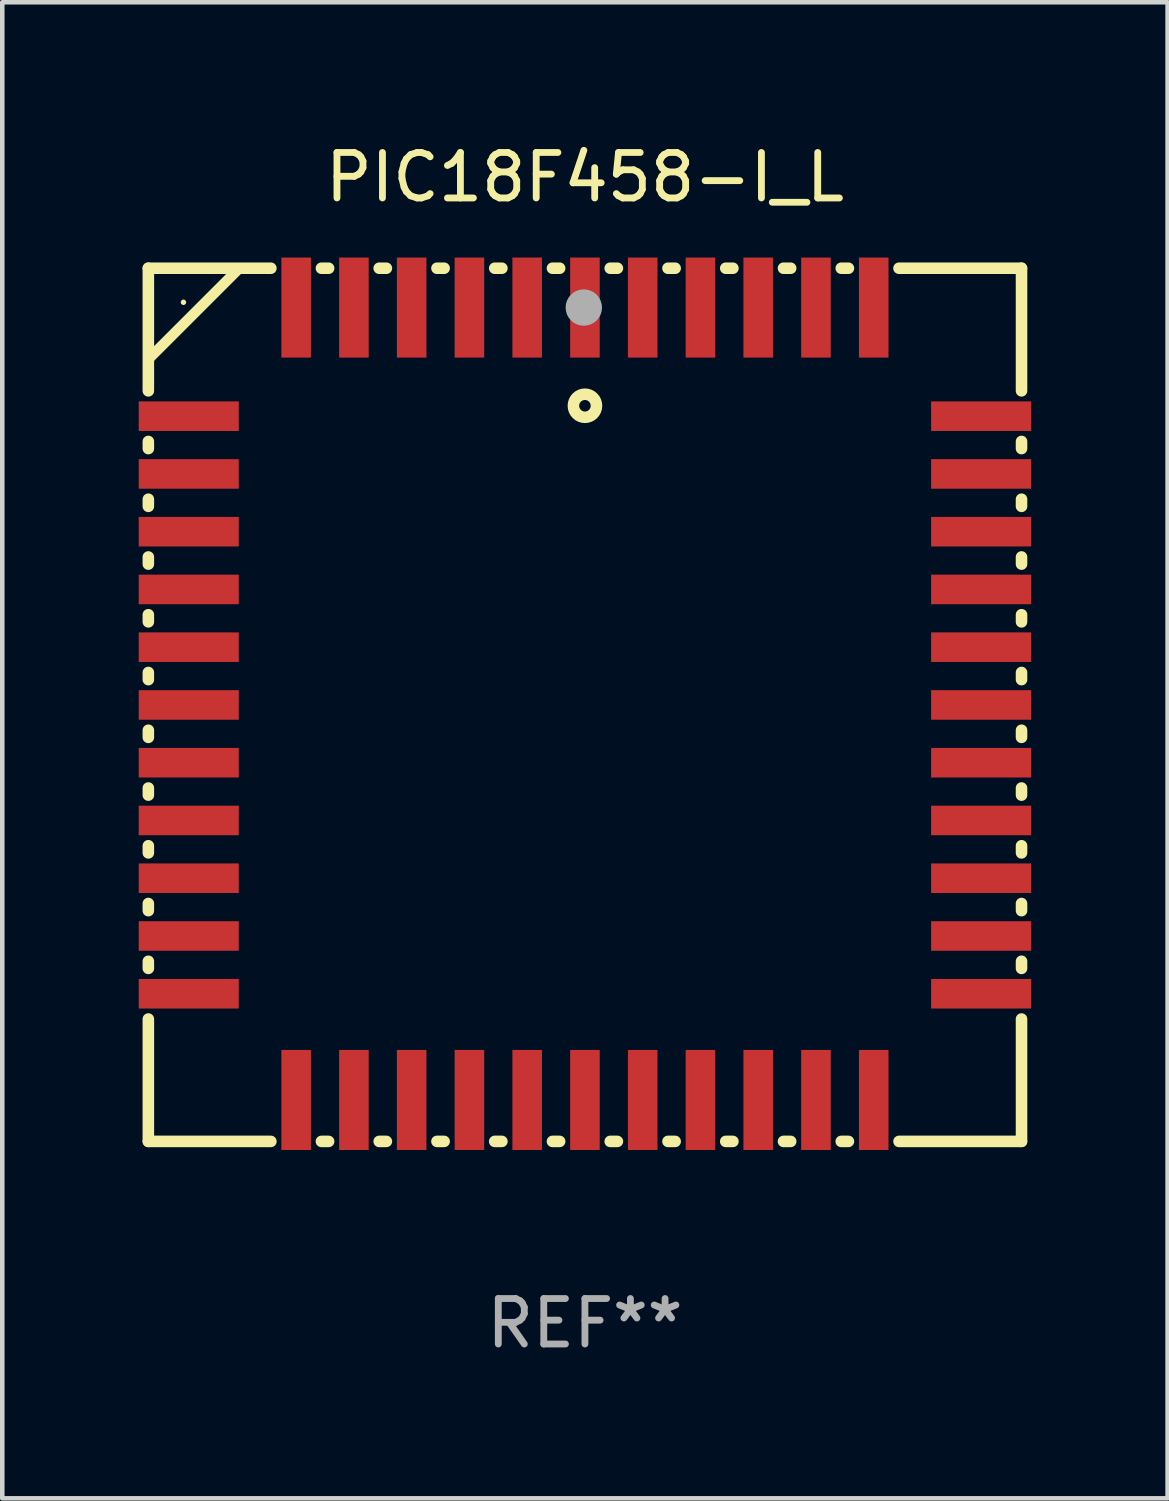
<source format=kicad_pcb>
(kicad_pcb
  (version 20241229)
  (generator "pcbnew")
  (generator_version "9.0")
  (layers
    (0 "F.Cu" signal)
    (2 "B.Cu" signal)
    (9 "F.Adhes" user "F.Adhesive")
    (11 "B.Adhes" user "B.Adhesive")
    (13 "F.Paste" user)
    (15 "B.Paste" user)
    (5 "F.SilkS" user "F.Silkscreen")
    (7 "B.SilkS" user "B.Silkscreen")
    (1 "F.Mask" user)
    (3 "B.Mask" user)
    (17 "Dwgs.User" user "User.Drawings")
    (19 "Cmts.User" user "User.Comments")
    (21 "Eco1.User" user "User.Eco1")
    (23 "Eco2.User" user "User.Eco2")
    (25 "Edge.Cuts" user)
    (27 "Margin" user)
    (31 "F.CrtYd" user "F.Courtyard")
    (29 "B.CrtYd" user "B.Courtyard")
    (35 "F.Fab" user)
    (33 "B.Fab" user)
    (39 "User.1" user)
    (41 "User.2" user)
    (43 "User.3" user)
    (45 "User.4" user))
  (footprint "PIC18F458-I_L"
    (layer "F.Cu")
    (at 9.812 12.448)
    (property "Reference" "PIC18F458-I_L" (at 0 -11.6 0) (layer "F.SilkS") (effects (font (size 1 1) (thickness 0.15))))
    (attr through_hole)
    (fp_line (start -9.6 -9.6) (end -6.906 -9.6) (stroke (width 0.254) (type solid)) (layer "F.SilkS"))
    (fp_line (start -9.6 -6.904) (end -9.6 -9.6) (stroke (width 0.254) (type solid)) (layer "F.SilkS"))
    (fp_line (start -9.6 -5.634) (end -9.6 -5.791) (stroke (width 0.254) (type solid)) (layer "F.SilkS"))
    (fp_line (start -9.6 -4.364) (end -9.6 -4.521) (stroke (width 0.254) (type solid)) (layer "F.SilkS"))
    (fp_line (start -9.6 -3.094) (end -9.6 -3.251) (stroke (width 0.254) (type solid)) (layer "F.SilkS"))
    (fp_line (start -9.6 -1.824) (end -9.6 -1.981) (stroke (width 0.254) (type solid)) (layer "F.SilkS"))
    (fp_line (start -9.6 -0.554) (end -9.6 -0.711) (stroke (width 0.254) (type solid)) (layer "F.SilkS"))
    (fp_line (start -9.6 0.716) (end -9.6 0.559) (stroke (width 0.254) (type solid)) (layer "F.SilkS"))
    (fp_line (start -9.6 1.986) (end -9.6 1.829) (stroke (width 0.254) (type solid)) (layer "F.SilkS"))
    (fp_line (start -9.6 3.256) (end -9.6 3.099) (stroke (width 0.254) (type solid)) (layer "F.SilkS"))
    (fp_line (start -9.6 4.526) (end -9.6 4.369) (stroke (width 0.254) (type solid)) (layer "F.SilkS"))
    (fp_line (start -9.6 5.796) (end -9.6 5.639) (stroke (width 0.254) (type solid)) (layer "F.SilkS"))
    (fp_line (start -9.6 9.6) (end -9.6 6.909) (stroke (width 0.254) (type solid)) (layer "F.SilkS"))
    (fp_line (start -7.6 -9.6) (end -9.6 -7.6) (stroke (width 0.229) (type solid)) (layer "F.SilkS"))
    (fp_line (start -6.906 9.6) (end -9.6 9.6) (stroke (width 0.254) (type solid)) (layer "F.SilkS"))
    (fp_line (start -5.794 -9.6) (end -5.636 -9.6) (stroke (width 0.254) (type solid)) (layer "F.SilkS"))
    (fp_line (start -5.636 9.6) (end -5.794 9.6) (stroke (width 0.254) (type solid)) (layer "F.SilkS"))
    (fp_line (start -4.524 -9.6) (end -4.366 -9.6) (stroke (width 0.254) (type solid)) (layer "F.SilkS"))
    (fp_line (start -4.366 9.6) (end -4.524 9.6) (stroke (width 0.254) (type solid)) (layer "F.SilkS"))
    (fp_line (start -3.254 -9.6) (end -3.096 -9.6) (stroke (width 0.254) (type solid)) (layer "F.SilkS"))
    (fp_line (start -3.096 9.6) (end -3.254 9.6) (stroke (width 0.254) (type solid)) (layer "F.SilkS"))
    (fp_line (start -1.984 -9.6) (end -1.826 -9.6) (stroke (width 0.254) (type solid)) (layer "F.SilkS"))
    (fp_line (start -1.826 9.6) (end -1.984 9.6) (stroke (width 0.254) (type solid)) (layer "F.SilkS"))
    (fp_line (start -0.714 -9.6) (end -0.556 -9.6) (stroke (width 0.254) (type solid)) (layer "F.SilkS"))
    (fp_line (start -0.556 9.6) (end -0.714 9.6) (stroke (width 0.254) (type solid)) (layer "F.SilkS"))
    (fp_line (start 0.556 -9.6) (end 0.714 -9.6) (stroke (width 0.254) (type solid)) (layer "F.SilkS"))
    (fp_line (start 0.714 9.6) (end 0.556 9.6) (stroke (width 0.254) (type solid)) (layer "F.SilkS"))
    (fp_line (start 1.826 -9.6) (end 1.984 -9.6) (stroke (width 0.254) (type solid)) (layer "F.SilkS"))
    (fp_line (start 1.984 9.6) (end 1.826 9.6) (stroke (width 0.254) (type solid)) (layer "F.SilkS"))
    (fp_line (start 3.096 -9.6) (end 3.254 -9.6) (stroke (width 0.254) (type solid)) (layer "F.SilkS"))
    (fp_line (start 3.254 9.6) (end 3.096 9.6) (stroke (width 0.254) (type solid)) (layer "F.SilkS"))
    (fp_line (start 4.366 -9.6) (end 4.524 -9.6) (stroke (width 0.254) (type solid)) (layer "F.SilkS"))
    (fp_line (start 4.524 9.6) (end 4.366 9.6) (stroke (width 0.254) (type solid)) (layer "F.SilkS"))
    (fp_line (start 5.636 -9.6) (end 5.794 -9.6) (stroke (width 0.254) (type solid)) (layer "F.SilkS"))
    (fp_line (start 5.794 9.6) (end 5.636 9.6) (stroke (width 0.254) (type solid)) (layer "F.SilkS"))
    (fp_line (start 6.906 -9.6) (end 9.6 -9.6) (stroke (width 0.254) (type solid)) (layer "F.SilkS"))
    (fp_line (start 9.6 -6.904) (end 9.6 -9.6) (stroke (width 0.254) (type solid)) (layer "F.SilkS"))
    (fp_line (start 9.6 -5.634) (end 9.6 -5.791) (stroke (width 0.254) (type solid)) (layer "F.SilkS"))
    (fp_line (start 9.6 -4.364) (end 9.6 -4.521) (stroke (width 0.254) (type solid)) (layer "F.SilkS"))
    (fp_line (start 9.6 -3.094) (end 9.6 -3.251) (stroke (width 0.254) (type solid)) (layer "F.SilkS"))
    (fp_line (start 9.6 -1.824) (end 9.6 -1.981) (stroke (width 0.254) (type solid)) (layer "F.SilkS"))
    (fp_line (start 9.6 -0.554) (end 9.6 -0.711) (stroke (width 0.254) (type solid)) (layer "F.SilkS"))
    (fp_line (start 9.6 0.716) (end 9.6 0.559) (stroke (width 0.254) (type solid)) (layer "F.SilkS"))
    (fp_line (start 9.6 1.986) (end 9.6 1.829) (stroke (width 0.254) (type solid)) (layer "F.SilkS"))
    (fp_line (start 9.6 3.256) (end 9.6 3.099) (stroke (width 0.254) (type solid)) (layer "F.SilkS"))
    (fp_line (start 9.6 4.526) (end 9.6 4.369) (stroke (width 0.254) (type solid)) (layer "F.SilkS"))
    (fp_line (start 9.6 5.796) (end 9.6 5.639) (stroke (width 0.254) (type solid)) (layer "F.SilkS"))
    (fp_line (start 9.6 9.6) (end 6.906 9.6) (stroke (width 0.254) (type solid)) (layer "F.SilkS"))
    (fp_line (start 9.6 9.6) (end 9.6 6.909) (stroke (width 0.254) (type solid)) (layer "F.SilkS"))
    (fp_line (start 9.6 9.6) (end 9.6 8.352) (stroke (width 0.229) (type solid)) (layer "F.SilkS"))
    (fp_circle (center -8.828 -8.851) (end -8.798 -8.851) (stroke (width 0.06) (type solid)) (fill no) (layer "F.SilkS"))
    (fp_circle (center 0 -6.576) (end 0.254 -6.576) (stroke (width 0.254) (type solid)) (fill no) (layer "F.SilkS"))
    (fp_circle (center -0.025 -8.735) (end 0.175 -8.735) (stroke (width 0.4) (type solid)) (fill no) (layer "F.Fab"))
    (fp_text user "REF**" (at 0 13.6 0) (layer "F.Fab") (effects (font (size 1 1) (thickness 0.15))))
    (pad "1" smd rect (at 0 -8.735 180) (size 0.65 2.2) (layers "F.Cu" "F.Mask" "F.Paste"))
    (pad "2" smd rect (at -1.27 -8.735 180) (size 0.65 2.2) (layers "F.Cu" "F.Mask" "F.Paste"))
    (pad "3" smd rect (at -2.54 -8.735 180) (size 0.65 2.2) (layers "F.Cu" "F.Mask" "F.Paste"))
    (pad "4" smd rect (at -3.81 -8.735 180) (size 0.65 2.2) (layers "F.Cu" "F.Mask" "F.Paste"))
    (pad "5" smd rect (at -5.08 -8.735 180) (size 0.65 2.2) (layers "F.Cu" "F.Mask" "F.Paste"))
    (pad "6" smd rect (at -6.35 -8.735 180) (size 0.65 2.2) (layers "F.Cu" "F.Mask" "F.Paste"))
    (pad "7" smd rect (at -8.712 -6.347 180) (size 2.2 0.65) (layers "F.Cu" "F.Mask" "F.Paste"))
    (pad "8" smd rect (at -8.712 -5.077 180) (size 2.2 0.65) (layers "F.Cu" "F.Mask" "F.Paste"))
    (pad "9" smd rect (at -8.712 -3.807 180) (size 2.2 0.65) (layers "F.Cu" "F.Mask" "F.Paste"))
    (pad "10" smd rect (at -8.712 -2.537 180) (size 2.2 0.65) (layers "F.Cu" "F.Mask" "F.Paste"))
    (pad "11" smd rect (at -8.712 -1.267 180) (size 2.2 0.65) (layers "F.Cu" "F.Mask" "F.Paste"))
    (pad "12" smd rect (at -8.712 0.003 180) (size 2.2 0.65) (layers "F.Cu" "F.Mask" "F.Paste"))
    (pad "13" smd rect (at -8.712 1.273 180) (size 2.2 0.65) (layers "F.Cu" "F.Mask" "F.Paste"))
    (pad "14" smd rect (at -8.712 2.543 180) (size 2.2 0.65) (layers "F.Cu" "F.Mask" "F.Paste"))
    (pad "15" smd rect (at -8.712 3.813 180) (size 2.2 0.65) (layers "F.Cu" "F.Mask" "F.Paste"))
    (pad "16" smd rect (at -8.712 5.083 180) (size 2.2 0.65) (layers "F.Cu" "F.Mask" "F.Paste"))
    (pad "17" smd rect (at -8.712 6.353 180) (size 2.2 0.65) (layers "F.Cu" "F.Mask" "F.Paste"))
    (pad "18" smd rect (at -6.35 8.689 180) (size 0.65 2.2) (layers "F.Cu" "F.Mask" "F.Paste"))
    (pad "19" smd rect (at -5.08 8.689 180) (size 0.65 2.2) (layers "F.Cu" "F.Mask" "F.Paste"))
    (pad "20" smd rect (at -3.81 8.689 180) (size 0.65 2.2) (layers "F.Cu" "F.Mask" "F.Paste"))
    (pad "21" smd rect (at -2.54 8.689 180) (size 0.65 2.2) (layers "F.Cu" "F.Mask" "F.Paste"))
    (pad "22" smd rect (at -1.27 8.689 180) (size 0.65 2.2) (layers "F.Cu" "F.Mask" "F.Paste"))
    (pad "23" smd rect (at 0 8.689 180) (size 0.65 2.2) (layers "F.Cu" "F.Mask" "F.Paste"))
    (pad "24" smd rect (at 1.27 8.689 180) (size 0.65 2.2) (layers "F.Cu" "F.Mask" "F.Paste"))
    (pad "25" smd rect (at 2.54 8.689 180) (size 0.65 2.2) (layers "F.Cu" "F.Mask" "F.Paste"))
    (pad "26" smd rect (at 3.81 8.689 180) (size 0.65 2.2) (layers "F.Cu" "F.Mask" "F.Paste"))
    (pad "27" smd rect (at 5.08 8.689 180) (size 0.65 2.2) (layers "F.Cu" "F.Mask" "F.Paste"))
    (pad "28" smd rect (at 6.35 8.689 180) (size 0.65 2.2) (layers "F.Cu" "F.Mask" "F.Paste"))
    (pad "29" smd rect (at 8.712 6.353 180) (size 2.2 0.65) (layers "F.Cu" "F.Mask" "F.Paste"))
    (pad "30" smd rect (at 8.712 5.083 180) (size 2.2 0.65) (layers "F.Cu" "F.Mask" "F.Paste"))
    (pad "31" smd rect (at 8.712 3.813 180) (size 2.2 0.65) (layers "F.Cu" "F.Mask" "F.Paste"))
    (pad "32" smd rect (at 8.712 2.543 180) (size 2.2 0.65) (layers "F.Cu" "F.Mask" "F.Paste"))
    (pad "33" smd rect (at 8.712 1.273 180) (size 2.2 0.65) (layers "F.Cu" "F.Mask" "F.Paste"))
    (pad "34" smd rect (at 8.712 0.003 180) (size 2.2 0.65) (layers "F.Cu" "F.Mask" "F.Paste"))
    (pad "35" smd rect (at 8.712 -1.267 180) (size 2.2 0.65) (layers "F.Cu" "F.Mask" "F.Paste"))
    (pad "36" smd rect (at 8.712 -2.537 180) (size 2.2 0.65) (layers "F.Cu" "F.Mask" "F.Paste"))
    (pad "37" smd rect (at 8.712 -3.807 180) (size 2.2 0.65) (layers "F.Cu" "F.Mask" "F.Paste"))
    (pad "38" smd rect (at 8.712 -5.077 180) (size 2.2 0.65) (layers "F.Cu" "F.Mask" "F.Paste"))
    (pad "39" smd rect (at 8.712 -6.347 180) (size 2.2 0.65) (layers "F.Cu" "F.Mask" "F.Paste"))
    (pad "40" smd rect (at 6.35 -8.735 180) (size 0.65 2.2) (layers "F.Cu" "F.Mask" "F.Paste"))
    (pad "41" smd rect (at 5.08 -8.735 180) (size 0.65 2.2) (layers "F.Cu" "F.Mask" "F.Paste"))
    (pad "42" smd rect (at 3.81 -8.735 180) (size 0.65 2.2) (layers "F.Cu" "F.Mask" "F.Paste"))
    (pad "43" smd rect (at 2.54 -8.735 180) (size 0.65 2.2) (layers "F.Cu" "F.Mask" "F.Paste"))
    (pad "44" smd rect (at 1.27 -8.735 180) (size 0.65 2.2) (layers "F.Cu" "F.Mask" "F.Paste")))
  (gr_rect
    (start -3 -3)
    (end 22.624 29.897)
    (stroke (width 0.1) (type default))
    (fill no)
    (layer "Edge.Cuts")))
</source>
